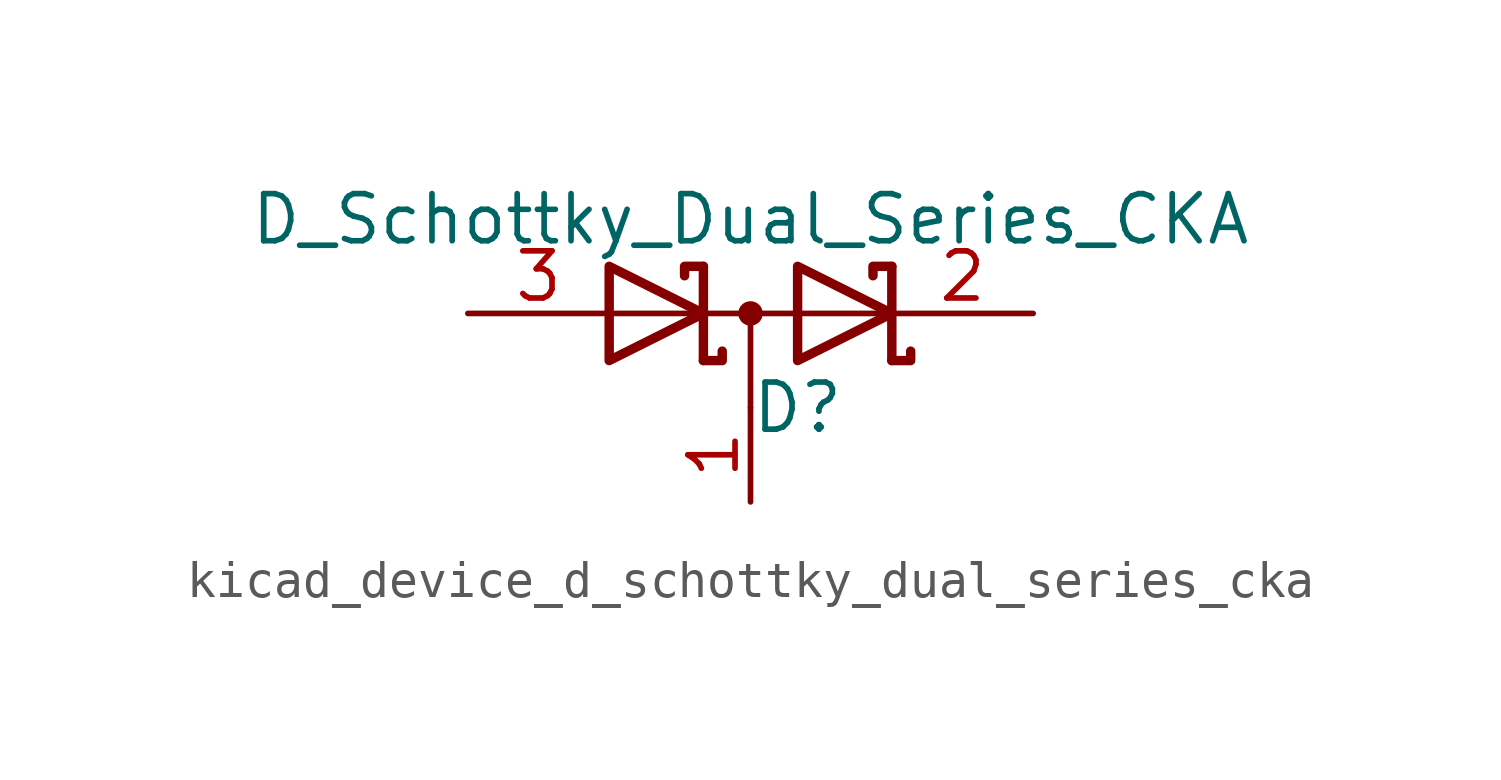
<source format=kicad_sym>
(kicad_symbol_lib
  (version 20220914)
  (generator kicad_symbol_editor)
  (symbol "kicad_device_d_schottky_dual_series_cka"
    (pin_names
      (offset 0.762) hide)
    (property "Reference" "D"
      (at 1.27 -2.54 0)
      (effects (font (size 1.27 1.27))))
    (property "Value" "D_Schottky_Dual_Series_CKA"
      (at 0 2.54 0)
      (effects (font (size 1.27 1.27))))
    (symbol "kicad_device_d_schottky_dual_series_cka_0_1"
      (polyline (pts (xy -3.81 0) (xy 3.81 0)) (stroke (width 0) (type default)) (fill (type none)))
      (polyline (pts (xy 0 0) (xy 0 -2.54)) (stroke (width 0) (type default)) (fill (type none)))
      (polyline (pts (xy -1.27 -1.27) (xy -1.27 1.27) (xy -1.27 1.27)) (stroke (width 0.254) (type default)) (fill (type none)))
      (polyline (pts (xy 3.81 1.27) (xy 3.81 -1.27) (xy 3.81 -1.27)) (stroke (width 0.254) (type default)) (fill (type none)))
      (polyline (pts (xy -1.27 -1.27) (xy -0.762 -1.27) (xy -0.762 -1.016) (xy -0.762 -1.016)) (stroke (width 0.254) (type default)) (fill (type none)))
      (polyline (pts (xy 3.81 -1.27) (xy 4.318 -1.27) (xy 4.318 -1.016) (xy 4.318 -1.016)) (stroke (width 0.254) (type default)) (fill (type none)))
      (polyline (pts (xy 3.81 1.27) (xy 3.302 1.27) (xy 3.302 1.016) (xy 3.302 1.016)) (stroke (width 0.254) (type default)) (fill (type none)))
      (polyline (pts (xy -1.778 1.016) (xy -1.778 1.27) (xy -1.27 1.27) (xy -1.27 1.27) (xy -1.27 1.27)) (stroke (width 0.254) (type default)) (fill (type none)))
      (polyline (pts (xy -3.81 1.27) (xy -1.27 0) (xy -3.81 -1.27) (xy -3.81 1.27) (xy -3.81 1.27) (xy -3.81 1.27)) (stroke (width 0.254) (type default)) (fill (type none)))
      (polyline (pts (xy 1.27 1.27) (xy 3.81 0) (xy 1.27 -1.27) (xy 1.27 1.27) (xy 1.27 1.27) (xy 1.27 1.27)) (stroke (width 0.254) (type default)) (fill (type none)))
      (circle (center 0 0) (radius 0.254) (stroke (width 0) (type default)) (fill (type outline)))
      (pin passive line (at 0 -5.08 90) (length 2.54) (name "common" (effects (font (size 1.27 1.27)))) (number "1" (effects (font (size 1.27 1.27)))))
      (pin passive line (at 7.62 0 180) (length 3.81) (name "K" (effects (font (size 1.27 1.27)))) (number "2" (effects (font (size 1.27 1.27)))))
      (pin passive line (at -7.62 0 0) (length 3.81) (name "A" (effects (font (size 1.27 1.27)))) (number "3" (effects (font (size 1.27 1.27))))))))
</source>
